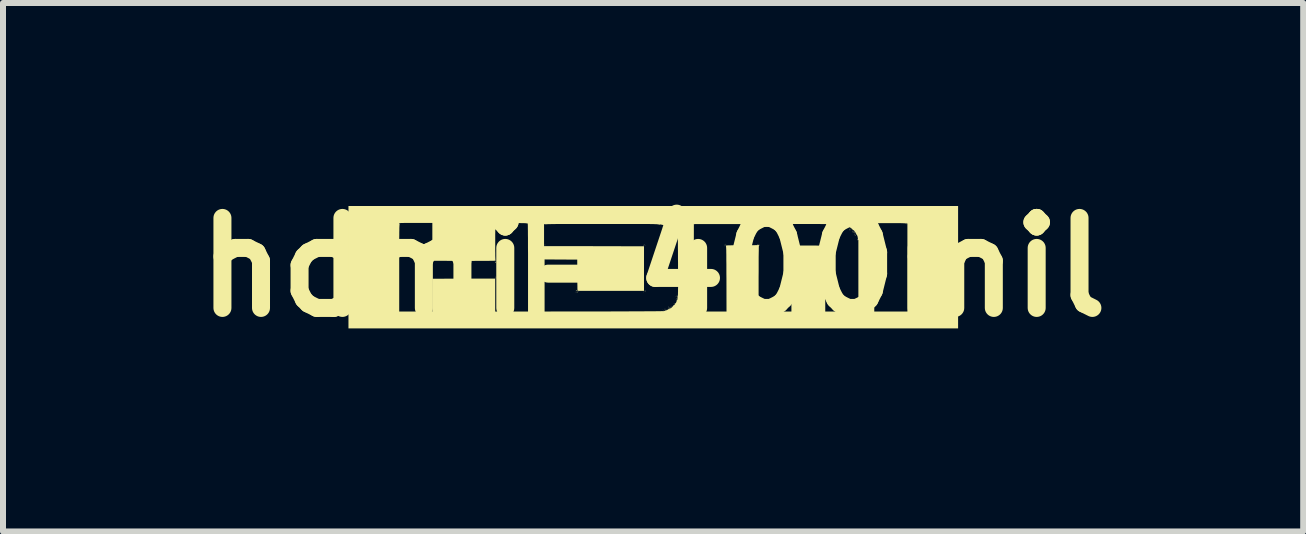
<source format=kicad_pcb>
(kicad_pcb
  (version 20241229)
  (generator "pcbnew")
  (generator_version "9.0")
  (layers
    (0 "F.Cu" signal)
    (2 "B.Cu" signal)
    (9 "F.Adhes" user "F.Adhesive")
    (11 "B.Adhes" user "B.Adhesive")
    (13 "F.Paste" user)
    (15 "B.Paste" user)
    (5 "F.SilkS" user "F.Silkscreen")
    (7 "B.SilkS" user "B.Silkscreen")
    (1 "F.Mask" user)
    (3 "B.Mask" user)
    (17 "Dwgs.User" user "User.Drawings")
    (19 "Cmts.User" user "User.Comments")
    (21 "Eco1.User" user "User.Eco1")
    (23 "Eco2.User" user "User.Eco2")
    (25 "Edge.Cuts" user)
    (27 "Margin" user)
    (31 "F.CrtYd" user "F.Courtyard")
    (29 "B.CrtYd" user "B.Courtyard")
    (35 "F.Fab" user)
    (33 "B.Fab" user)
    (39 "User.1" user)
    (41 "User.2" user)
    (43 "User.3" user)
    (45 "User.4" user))
  (footprint "hdmi-400mil"
    (layer "F.Cu")
    (at 7.836 1.404)
    (property "Reference" "hdmi-400mil" (at 0 0 0) (layer "F.SilkS") (effects (font (size 1.5 1.5) (thickness 0.3))))
    (attr board_only exclude_from_pos_files exclude_from_bom)
    (fp_poly (pts (xy -4.221 -0.73) (xy -4.224 -0.727) (xy -4.227 -0.73) (xy -4.224 -0.733)) (stroke (width 0) (type solid)) (fill yes) (layer "F.SilkS"))
    (fp_poly (pts (xy -2.626 0.155) (xy -2.629 0.158) (xy -2.632 0.155) (xy -2.629 0.152)) (stroke (width 0) (type solid)) (fill yes) (layer "F.SilkS"))
    (fp_poly (pts (xy -2.615 0.166) (xy -2.618 0.169) (xy -2.621 0.166) (xy -2.618 0.163)) (stroke (width 0) (type solid)) (fill yes) (layer "F.SilkS"))
    (fp_poly (pts (xy -2.609 -0.719) (xy -2.612 -0.716) (xy -2.615 -0.719) (xy -2.612 -0.721)) (stroke (width 0) (type solid)) (fill yes) (layer "F.SilkS"))
    (fp_poly (pts (xy -2.604 0.161) (xy -2.607 0.163) (xy -2.609 0.161) (xy -2.607 0.158)) (stroke (width 0) (type solid)) (fill yes) (layer "F.SilkS"))
    (fp_poly (pts (xy -2.604 0.189) (xy -2.607 0.192) (xy -2.609 0.189) (xy -2.607 0.186)) (stroke (width 0) (type solid)) (fill yes) (layer "F.SilkS"))
    (fp_poly (pts (xy -1.809 -0.713) (xy -1.812 -0.71) (xy -1.815 -0.713) (xy -1.812 -0.716)) (stroke (width 0) (type solid)) (fill yes) (layer "F.SilkS"))
    (fp_poly (pts (xy -1.809 -0.358) (xy -1.812 -0.355) (xy -1.815 -0.358) (xy -1.812 -0.361)) (stroke (width 0) (type solid)) (fill yes) (layer "F.SilkS"))
    (fp_poly (pts (xy -1.803 -0.375) (xy -1.806 -0.372) (xy -1.809 -0.375) (xy -1.806 -0.378)) (stroke (width 0) (type solid)) (fill yes) (layer "F.SilkS"))
    (fp_poly (pts (xy -1.798 -0.364) (xy -1.801 -0.361) (xy -1.803 -0.364) (xy -1.801 -0.366)) (stroke (width 0) (type solid)) (fill yes) (layer "F.SilkS"))
    (fp_poly (pts (xy -1.798 -0.121) (xy -1.801 -0.118) (xy -1.803 -0.121) (xy -1.801 -0.124)) (stroke (width 0) (type solid)) (fill yes) (layer "F.SilkS"))
    (fp_poly (pts (xy -1.792 -0.38) (xy -1.795 -0.378) (xy -1.798 -0.38) (xy -1.795 -0.383)) (stroke (width 0) (type solid)) (fill yes) (layer "F.SilkS"))
    (fp_poly (pts (xy -1.274 0.409) (xy -1.276 0.411) (xy -1.279 0.409) (xy -1.276 0.406)) (stroke (width 0) (type solid)) (fill yes) (layer "F.SilkS"))
    (fp_poly (pts (xy -0.158 0.42) (xy -0.161 0.423) (xy -0.163 0.42) (xy -0.161 0.417)) (stroke (width 0) (type solid)) (fill yes) (layer "F.SilkS"))
    (fp_poly (pts (xy -0.152 0.409) (xy -0.155 0.411) (xy -0.158 0.409) (xy -0.155 0.406)) (stroke (width 0) (type solid)) (fill yes) (layer "F.SilkS"))
    (fp_poly (pts (xy -0.141 -0.364) (xy -0.144 -0.361) (xy -0.147 -0.364) (xy -0.144 -0.366)) (stroke (width 0) (type solid)) (fill yes) (layer "F.SilkS"))
    (fp_poly (pts (xy -0.141 0.386) (xy -0.144 0.389) (xy -0.147 0.386) (xy -0.144 0.383)) (stroke (width 0) (type solid)) (fill yes) (layer "F.SilkS"))
    (fp_poly (pts (xy -0.135 -0.375) (xy -0.138 -0.372) (xy -0.141 -0.375) (xy -0.138 -0.378)) (stroke (width 0) (type solid)) (fill yes) (layer "F.SilkS"))
    (fp_poly (pts (xy -0.135 0.403) (xy -0.138 0.406) (xy -0.141 0.403) (xy -0.138 0.4)) (stroke (width 0) (type solid)) (fill yes) (layer "F.SilkS"))
    (fp_poly (pts (xy 0.073 -0.713) (xy 0.07 -0.71) (xy 0.068 -0.713) (xy 0.07 -0.716)) (stroke (width 0) (type solid)) (fill yes) (layer "F.SilkS"))
    (fp_poly (pts (xy 0.085 -0.707) (xy 0.082 -0.704) (xy 0.079 -0.707) (xy 0.082 -0.71)) (stroke (width 0) (type solid)) (fill yes) (layer "F.SilkS"))
    (fp_poly (pts (xy 0.163 -0.685) (xy 0.161 -0.682) (xy 0.158 -0.685) (xy 0.161 -0.688)) (stroke (width 0) (type solid)) (fill yes) (layer "F.SilkS"))
    (fp_poly (pts (xy 0.163 -0.662) (xy 0.161 -0.659) (xy 0.158 -0.662) (xy 0.161 -0.665)) (stroke (width 0) (type solid)) (fill yes) (layer "F.SilkS"))
    (fp_poly (pts (xy 0.163 0.702) (xy 0.161 0.704) (xy 0.158 0.702) (xy 0.161 0.699)) (stroke (width 0) (type solid)) (fill yes) (layer "F.SilkS"))
    (fp_poly (pts (xy 0.175 -0.662) (xy 0.172 -0.659) (xy 0.169 -0.662) (xy 0.172 -0.665)) (stroke (width 0) (type solid)) (fill yes) (layer "F.SilkS"))
    (fp_poly (pts (xy 0.186 0.707) (xy 0.183 0.71) (xy 0.18 0.707) (xy 0.183 0.704)) (stroke (width 0) (type solid)) (fill yes) (layer "F.SilkS"))
    (fp_poly (pts (xy 0.192 0.696) (xy 0.189 0.699) (xy 0.186 0.696) (xy 0.189 0.693)) (stroke (width 0) (type solid)) (fill yes) (layer "F.SilkS"))
    (fp_poly (pts (xy 0.209 -0.679) (xy 0.206 -0.676) (xy 0.203 -0.679) (xy 0.206 -0.682)) (stroke (width 0) (type solid)) (fill yes) (layer "F.SilkS"))
    (fp_poly (pts (xy 0.209 0.707) (xy 0.206 0.71) (xy 0.203 0.707) (xy 0.206 0.704)) (stroke (width 0) (type solid)) (fill yes) (layer "F.SilkS"))
    (fp_poly (pts (xy 0.214 0.696) (xy 0.211 0.699) (xy 0.209 0.696) (xy 0.211 0.693)) (stroke (width 0) (type solid)) (fill yes) (layer "F.SilkS"))
    (fp_poly (pts (xy 0.22 0.707) (xy 0.217 0.71) (xy 0.214 0.707) (xy 0.217 0.704)) (stroke (width 0) (type solid)) (fill yes) (layer "F.SilkS"))
    (fp_poly (pts (xy 0.231 -0.679) (xy 0.228 -0.676) (xy 0.225 -0.679) (xy 0.228 -0.682)) (stroke (width 0) (type solid)) (fill yes) (layer "F.SilkS"))
    (fp_poly (pts (xy 0.287 0.662) (xy 0.285 0.665) (xy 0.282 0.662) (xy 0.285 0.659)) (stroke (width 0) (type solid)) (fill yes) (layer "F.SilkS"))
    (fp_poly (pts (xy 0.304 0.651) (xy 0.302 0.654) (xy 0.299 0.651) (xy 0.302 0.648)) (stroke (width 0) (type solid)) (fill yes) (layer "F.SilkS"))
    (fp_poly (pts (xy 0.31 0.662) (xy 0.307 0.665) (xy 0.304 0.662) (xy 0.307 0.659)) (stroke (width 0) (type solid)) (fill yes) (layer "F.SilkS"))
    (fp_poly (pts (xy 0.338 -0.578) (xy 0.335 -0.575) (xy 0.333 -0.578) (xy 0.335 -0.58)) (stroke (width 0) (type solid)) (fill yes) (layer "F.SilkS"))
    (fp_poly (pts (xy 0.383 -0.442) (xy 0.38 -0.44) (xy 0.378 -0.442) (xy 0.38 -0.445)) (stroke (width 0) (type solid)) (fill yes) (layer "F.SilkS"))
    (fp_poly (pts (xy 0.383 0.482) (xy 0.38 0.485) (xy 0.378 0.482) (xy 0.38 0.479)) (stroke (width 0) (type solid)) (fill yes) (layer "F.SilkS"))
    (fp_poly (pts (xy 0.389 -0.476) (xy 0.386 -0.473) (xy 0.383 -0.476) (xy 0.386 -0.479)) (stroke (width 0) (type solid)) (fill yes) (layer "F.SilkS"))
    (fp_poly (pts (xy 0.394 -0.504) (xy 0.392 -0.502) (xy 0.389 -0.504) (xy 0.392 -0.507)) (stroke (width 0) (type solid)) (fill yes) (layer "F.SilkS"))
    (fp_poly (pts (xy 0.394 0.476) (xy 0.392 0.479) (xy 0.389 0.476) (xy 0.392 0.473)) (stroke (width 0) (type solid)) (fill yes) (layer "F.SilkS"))
    (fp_poly (pts (xy 0.394 0.516) (xy 0.392 0.518) (xy 0.389 0.516) (xy 0.392 0.513)) (stroke (width 0) (type solid)) (fill yes) (layer "F.SilkS"))
    (fp_poly (pts (xy 0.394 0.538) (xy 0.392 0.541) (xy 0.389 0.538) (xy 0.392 0.535)) (stroke (width 0) (type solid)) (fill yes) (layer "F.SilkS"))
    (fp_poly (pts (xy 0.4 0.527) (xy 0.397 0.53) (xy 0.394 0.527) (xy 0.397 0.524)) (stroke (width 0) (type solid)) (fill yes) (layer "F.SilkS"))
    (fp_poly (pts (xy 1.195 -0.38) (xy 1.192 -0.378) (xy 1.189 -0.38) (xy 1.192 -0.383)) (stroke (width 0) (type solid)) (fill yes) (layer "F.SilkS"))
    (fp_poly (pts (xy 1.206 -0.386) (xy 1.203 -0.383) (xy 1.2 -0.386) (xy 1.203 -0.389)) (stroke (width 0) (type solid)) (fill yes) (layer "F.SilkS"))
    (fp_poly (pts (xy 1.206 -0.375) (xy 1.203 -0.372) (xy 1.2 -0.375) (xy 1.203 -0.378)) (stroke (width 0) (type solid)) (fill yes) (layer "F.SilkS"))
    (fp_poly (pts (xy 1.217 -0.38) (xy 1.214 -0.378) (xy 1.212 -0.38) (xy 1.214 -0.383)) (stroke (width 0) (type solid)) (fill yes) (layer "F.SilkS"))
    (fp_poly (pts (xy 2.277 -0.358) (xy 2.274 -0.355) (xy 2.271 -0.358) (xy 2.274 -0.361)) (stroke (width 0) (type solid)) (fill yes) (layer "F.SilkS"))
    (fp_poly (pts (xy 2.288 -0.386) (xy 2.285 -0.383) (xy 2.282 -0.386) (xy 2.285 -0.389)) (stroke (width 0) (type solid)) (fill yes) (layer "F.SilkS"))
    (fp_poly (pts (xy 2.863 -0.38) (xy 2.86 -0.378) (xy 2.857 -0.38) (xy 2.86 -0.383)) (stroke (width 0) (type solid)) (fill yes) (layer "F.SilkS"))
    (fp_poly (pts (xy 2.863 -0.369) (xy 2.86 -0.366) (xy 2.857 -0.369) (xy 2.86 -0.372)) (stroke (width 0) (type solid)) (fill yes) (layer "F.SilkS"))
    (fp_poly (pts (xy 2.874 -0.375) (xy 2.871 -0.372) (xy 2.869 -0.375) (xy 2.871 -0.378)) (stroke (width 0) (type solid)) (fill yes) (layer "F.SilkS"))
    (fp_poly (pts (xy 2.88 -0.358) (xy 2.877 -0.355) (xy 2.874 -0.358) (xy 2.877 -0.361)) (stroke (width 0) (type solid)) (fill yes) (layer "F.SilkS"))
    (fp_poly (pts (xy 2.885 -0.386) (xy 2.883 -0.383) (xy 2.88 -0.386) (xy 2.883 -0.389)) (stroke (width 0) (type solid)) (fill yes) (layer "F.SilkS"))
    (fp_poly (pts (xy 3.184 -0.69) (xy 3.181 -0.688) (xy 3.179 -0.69) (xy 3.181 -0.693)) (stroke (width 0) (type solid)) (fill yes) (layer "F.SilkS"))
    (fp_poly (pts (xy 3.19 -0.679) (xy 3.187 -0.676) (xy 3.184 -0.679) (xy 3.187 -0.682)) (stroke (width 0) (type solid)) (fill yes) (layer "F.SilkS"))
    (fp_poly (pts (xy 3.218 -0.668) (xy 3.215 -0.665) (xy 3.212 -0.668) (xy 3.215 -0.671)) (stroke (width 0) (type solid)) (fill yes) (layer "F.SilkS"))
    (fp_poly (pts (xy 3.229 -0.668) (xy 3.226 -0.665) (xy 3.224 -0.668) (xy 3.226 -0.671)) (stroke (width 0) (type solid)) (fill yes) (layer "F.SilkS"))
    (fp_poly (pts (xy 3.257 -0.668) (xy 3.255 -0.665) (xy 3.252 -0.668) (xy 3.255 -0.671)) (stroke (width 0) (type solid)) (fill yes) (layer "F.SilkS"))
    (fp_poly (pts (xy 3.269 -0.645) (xy 3.266 -0.642) (xy 3.263 -0.645) (xy 3.266 -0.648)) (stroke (width 0) (type solid)) (fill yes) (layer "F.SilkS"))
    (fp_poly (pts (xy 3.286 -0.657) (xy 3.283 -0.654) (xy 3.28 -0.657) (xy 3.283 -0.659)) (stroke (width 0) (type solid)) (fill yes) (layer "F.SilkS"))
    (fp_poly (pts (xy 3.291 -0.64) (xy 3.288 -0.637) (xy 3.286 -0.64) (xy 3.288 -0.642)) (stroke (width 0) (type solid)) (fill yes) (layer "F.SilkS"))
    (fp_poly (pts (xy 3.297 -0.623) (xy 3.294 -0.62) (xy 3.291 -0.623) (xy 3.294 -0.626)) (stroke (width 0) (type solid)) (fill yes) (layer "F.SilkS"))
    (fp_poly (pts (xy 3.308 -0.628) (xy 3.305 -0.626) (xy 3.303 -0.628) (xy 3.305 -0.631)) (stroke (width 0) (type solid)) (fill yes) (layer "F.SilkS"))
    (fp_poly (pts (xy 3.319 -0.628) (xy 3.317 -0.626) (xy 3.314 -0.628) (xy 3.317 -0.631)) (stroke (width 0) (type solid)) (fill yes) (layer "F.SilkS"))
    (fp_poly (pts (xy 3.319 -0.589) (xy 3.317 -0.586) (xy 3.314 -0.589) (xy 3.317 -0.592)) (stroke (width 0) (type solid)) (fill yes) (layer "F.SilkS"))
    (fp_poly (pts (xy 3.331 -0.589) (xy 3.328 -0.586) (xy 3.325 -0.589) (xy 3.328 -0.592)) (stroke (width 0) (type solid)) (fill yes) (layer "F.SilkS"))
    (fp_poly (pts (xy 3.331 -0.578) (xy 3.328 -0.575) (xy 3.325 -0.578) (xy 3.328 -0.58)) (stroke (width 0) (type solid)) (fill yes) (layer "F.SilkS"))
    (fp_poly (pts (xy 3.404 -0.493) (xy 3.401 -0.49) (xy 3.398 -0.493) (xy 3.401 -0.496)) (stroke (width 0) (type solid)) (fill yes) (layer "F.SilkS"))
    (fp_poly (pts (xy 3.404 -0.482) (xy 3.401 -0.479) (xy 3.398 -0.482) (xy 3.401 -0.485)) (stroke (width 0) (type solid)) (fill yes) (layer "F.SilkS"))
    (fp_poly (pts (xy 3.41 -0.454) (xy 3.407 -0.451) (xy 3.404 -0.454) (xy 3.407 -0.456)) (stroke (width 0) (type solid)) (fill yes) (layer "F.SilkS"))
    (fp_poly (pts (xy 3.41 -0.442) (xy 3.407 -0.44) (xy 3.404 -0.442) (xy 3.407 -0.445)) (stroke (width 0) (type solid)) (fill yes) (layer "F.SilkS"))
    (fp_poly (pts (xy 3.703 -0.707) (xy 3.7 -0.704) (xy 3.697 -0.707) (xy 3.7 -0.71)) (stroke (width 0) (type solid)) (fill yes) (layer "F.SilkS"))
    (fp_poly (pts (xy 4.227 -0.707) (xy 4.224 -0.704) (xy 4.221 -0.707) (xy 4.224 -0.71)) (stroke (width 0) (type solid)) (fill yes) (layer "F.SilkS"))
    (fp_poly (pts (xy -2.628 0.171) (xy -2.627 0.178) (xy -2.628 0.178) (xy -2.631 0.178) (xy -2.632 0.175) (xy -2.63 0.17)) (stroke (width 0) (type solid)) (fill yes) (layer "F.SilkS"))
    (fp_poly (pts (xy -0.126 -0.364) (xy -0.127 -0.361) (xy -0.13 -0.361) (xy -0.134 -0.363) (xy -0.133 -0.364) (xy -0.127 -0.365)) (stroke (width 0) (type solid)) (fill yes) (layer "F.SilkS"))
    (fp_poly (pts (xy 0.212 -0.669) (xy 0.212 -0.665) (xy 0.209 -0.665) (xy 0.204 -0.667) (xy 0.205 -0.669) (xy 0.211 -0.669)) (stroke (width 0) (type solid)) (fill yes) (layer "F.SilkS"))
    (fp_poly (pts (xy 0.387 0.492) (xy 0.386 0.496) (xy 0.383 0.496) (xy 0.379 0.494) (xy 0.379 0.492) (xy 0.386 0.492)) (stroke (width 0) (type solid)) (fill yes) (layer "F.SilkS"))
    (fp_poly (pts (xy 0.686 -0.714) (xy 0.686 -0.707) (xy 0.686 -0.706) (xy 0.682 -0.707) (xy 0.682 -0.71) (xy 0.684 -0.715)) (stroke (width 0) (type solid)) (fill yes) (layer "F.SilkS"))
    (fp_poly (pts (xy 3.188 -0.669) (xy 3.189 -0.662) (xy 3.188 -0.661) (xy 3.185 -0.662) (xy 3.184 -0.665) (xy 3.186 -0.67)) (stroke (width 0) (type solid)) (fill yes) (layer "F.SilkS"))
    (fp_poly (pts (xy 3.301 -0.646) (xy 3.301 -0.64) (xy 3.301 -0.639) (xy 3.297 -0.639) (xy 3.297 -0.642) (xy 3.299 -0.647)) (stroke (width 0) (type solid)) (fill yes) (layer "F.SilkS"))
    (fp_poly (pts (xy -2.621 0.188) (xy -2.615 0.194) (xy -2.617 0.197) (xy -2.617 0.197) (xy -2.622 0.193) (xy -2.624 0.191) (xy -2.625 0.187)) (stroke (width 0) (type solid)) (fill yes) (layer "F.SilkS"))
    (fp_poly (pts (xy -2.605 -0.11) (xy -2.599 -0.105) (xy -2.6 -0.101) (xy -2.601 -0.101) (xy -2.605 -0.105) (xy -2.607 -0.108) (xy -2.608 -0.112)) (stroke (width 0) (type solid)) (fill yes) (layer "F.SilkS"))
    (fp_poly (pts (xy -2.605 0.171) (xy -2.599 0.177) (xy -2.6 0.18) (xy -2.601 0.18) (xy -2.605 0.176) (xy -2.607 0.174) (xy -2.608 0.17)) (stroke (width 0) (type solid)) (fill yes) (layer "F.SilkS"))
    (fp_poly (pts (xy -1.286 0.414) (xy -1.28 0.419) (xy -1.281 0.423) (xy -1.282 0.423) (xy -1.287 0.419) (xy -1.288 0.416) (xy -1.289 0.412)) (stroke (width 0) (type solid)) (fill yes) (layer "F.SilkS"))
    (fp_poly (pts (xy 0.174 -0.694) (xy 0.176 -0.688) (xy 0.178 -0.678) (xy 0.175 -0.678) (xy 0.171 -0.685) (xy 0.17 -0.694) (xy 0.17 -0.696)) (stroke (width 0) (type solid)) (fill yes) (layer "F.SilkS"))
    (fp_poly (pts (xy 0.339 -0.605) (xy 0.341 -0.599) (xy 0.341 -0.597) (xy 0.336 -0.592) (xy 0.334 -0.598) (xy 0.334 -0.6) (xy 0.337 -0.606)) (stroke (width 0) (type solid)) (fill yes) (layer "F.SilkS"))
    (fp_poly (pts (xy 0.349 0.605) (xy 0.355 0.611) (xy 0.355 0.612) (xy 0.352 0.614) (xy 0.347 0.609) (xy 0.346 0.608) (xy 0.345 0.604)) (stroke (width 0) (type solid)) (fill yes) (layer "F.SilkS"))
    (fp_poly (pts (xy 1.194 -0.358) (xy 1.2 -0.353) (xy 1.2 -0.352) (xy 1.198 -0.35) (xy 1.192 -0.355) (xy 1.191 -0.356) (xy 1.191 -0.36)) (stroke (width 0) (type solid)) (fill yes) (layer "F.SilkS"))
    (fp_poly (pts (xy 1.739 -0.384) (xy 1.74 -0.38) (xy 1.738 -0.373) (xy 1.734 -0.376) (xy 1.733 -0.377) (xy 1.733 -0.384) (xy 1.735 -0.385)) (stroke (width 0) (type solid)) (fill yes) (layer "F.SilkS"))
    (fp_poly (pts (xy 2.298 -0.387) (xy 2.304 -0.381) (xy 2.305 -0.38) (xy 2.302 -0.378) (xy 2.297 -0.383) (xy 2.296 -0.384) (xy 2.295 -0.388)) (stroke (width 0) (type solid)) (fill yes) (layer "F.SilkS"))
    (fp_poly (pts (xy 2.896 -0.358) (xy 2.902 -0.353) (xy 2.902 -0.352) (xy 2.9 -0.35) (xy 2.894 -0.355) (xy 2.893 -0.356) (xy 2.893 -0.36)) (stroke (width 0) (type solid)) (fill yes) (layer "F.SilkS"))
    (fp_poly (pts (xy 3.319 -0.606) (xy 3.325 -0.601) (xy 3.325 -0.6) (xy 3.322 -0.598) (xy 3.317 -0.603) (xy 3.316 -0.604) (xy 3.315 -0.608)) (stroke (width 0) (type solid)) (fill yes) (layer "F.SilkS"))
    (fp_poly (pts (xy 3.335 -0.601) (xy 3.341 -0.595) (xy 3.342 -0.594) (xy 3.339 -0.592) (xy 3.334 -0.597) (xy 3.333 -0.598) (xy 3.332 -0.602)) (stroke (width 0) (type solid)) (fill yes) (layer "F.SilkS"))
    (fp_poly (pts (xy 3.341 -0.584) (xy 3.347 -0.579) (xy 3.348 -0.577) (xy 3.345 -0.575) (xy 3.339 -0.58) (xy 3.339 -0.581) (xy 3.338 -0.585)) (stroke (width 0) (type solid)) (fill yes) (layer "F.SilkS"))
    (fp_poly (pts (xy -1.272 0.384) (xy -1.276 0.389) (xy -1.286 0.398) (xy -1.289 0.399) (xy -1.287 0.392) (xy -1.28 0.383) (xy -1.275 0.381) (xy -1.27 0.379)) (stroke (width 0) (type solid)) (fill yes) (layer "F.SilkS"))
    (fp_poly (pts (xy -1.249 0.408) (xy -1.257 0.417) (xy -1.261 0.42) (xy -1.266 0.421) (xy -1.264 0.416) (xy -1.26 0.412) (xy -1.25 0.402) (xy -1.247 0.401)) (stroke (width 0) (type solid)) (fill yes) (layer "F.SilkS"))
    (fp_poly (pts (xy -0.148 -0.375) (xy -0.151 -0.371) (xy -0.16 -0.362) (xy -0.163 -0.362) (xy -0.163 -0.363) (xy -0.16 -0.368) (xy -0.154 -0.373) (xy -0.147 -0.378)) (stroke (width 0) (type solid)) (fill yes) (layer "F.SilkS"))
    (fp_poly (pts (xy -0.126 0.381) (xy -0.127 0.383) (xy -0.132 0.389) (xy -0.133 0.389) (xy -0.133 0.385) (xy -0.132 0.383) (xy -0.127 0.378) (xy -0.126 0.378)) (stroke (width 0) (type solid)) (fill yes) (layer "F.SilkS"))
    (fp_poly (pts (xy -0.12 0.398) (xy -0.121 0.4) (xy -0.126 0.406) (xy -0.127 0.406) (xy -0.128 0.402) (xy -0.127 0.4) (xy -0.121 0.395) (xy -0.121 0.394)) (stroke (width 0) (type solid)) (fill yes) (layer "F.SilkS"))
    (fp_poly (pts (xy 0.184 0.719) (xy 0.183 0.721) (xy 0.178 0.727) (xy 0.177 0.727) (xy 0.176 0.723) (xy 0.178 0.721) (xy 0.183 0.716) (xy 0.184 0.716)) (stroke (width 0) (type solid)) (fill yes) (layer "F.SilkS"))
    (fp_poly (pts (xy 0.263 0.657) (xy 0.26 0.661) (xy 0.252 0.67) (xy 0.248 0.67) (xy 0.248 0.669) (xy 0.252 0.664) (xy 0.258 0.659) (xy 0.265 0.654)) (stroke (width 0) (type solid)) (fill yes) (layer "F.SilkS"))
    (fp_poly (pts (xy 0.301 -0.638) (xy 0.301 -0.636) (xy 0.296 -0.631) (xy 0.296 -0.631) (xy 0.291 -0.635) (xy 0.291 -0.636) (xy 0.292 -0.64) (xy 0.296 -0.641)) (stroke (width 0) (type solid)) (fill yes) (layer "F.SilkS"))
    (fp_poly (pts (xy 0.353 -0.594) (xy 0.352 -0.592) (xy 0.347 -0.586) (xy 0.346 -0.586) (xy 0.346 -0.59) (xy 0.347 -0.592) (xy 0.352 -0.597) (xy 0.353 -0.597)) (stroke (width 0) (type solid)) (fill yes) (layer "F.SilkS"))
    (fp_poly (pts (xy 0.387 -0.498) (xy 0.394 -0.494) (xy 0.394 -0.493) (xy 0.39 -0.49) (xy 0.387 -0.489) (xy 0.38 -0.49) (xy 0.379 -0.493) (xy 0.383 -0.498)) (stroke (width 0) (type solid)) (fill yes) (layer "F.SilkS"))
    (fp_poly (pts (xy 0.387 0.528) (xy 0.386 0.53) (xy 0.381 0.535) (xy 0.38 0.535) (xy 0.379 0.532) (xy 0.38 0.53) (xy 0.386 0.524) (xy 0.387 0.524)) (stroke (width 0) (type solid)) (fill yes) (layer "F.SilkS"))
    (fp_poly (pts (xy 1.762 -0.385) (xy 1.761 -0.383) (xy 1.756 -0.378) (xy 1.755 -0.378) (xy 1.754 -0.381) (xy 1.756 -0.383) (xy 1.761 -0.389) (xy 1.762 -0.389)) (stroke (width 0) (type solid)) (fill yes) (layer "F.SilkS"))
    (fp_poly (pts (xy 2.885 -0.375) (xy 2.891 -0.37) (xy 2.891 -0.369) (xy 2.887 -0.366) (xy 2.885 -0.366) (xy 2.88 -0.371) (xy 2.88 -0.372) (xy 2.883 -0.376)) (stroke (width 0) (type solid)) (fill yes) (layer "F.SilkS"))
    (fp_poly (pts (xy 3.283 -0.625) (xy 3.284 -0.622) (xy 3.283 -0.615) (xy 3.283 -0.614) (xy 3.278 -0.618) (xy 3.275 -0.622) (xy 3.272 -0.628) (xy 3.276 -0.629)) (stroke (width 0) (type solid)) (fill yes) (layer "F.SilkS"))
    (fp_poly (pts (xy 3.363 -0.543) (xy 3.362 -0.541) (xy 3.356 -0.536) (xy 3.355 -0.535) (xy 3.355 -0.539) (xy 3.356 -0.541) (xy 3.361 -0.546) (xy 3.362 -0.547)) (stroke (width 0) (type solid)) (fill yes) (layer "F.SilkS"))
    (fp_poly (pts (xy 3.368 -0.56) (xy 3.367 -0.558) (xy 3.362 -0.553) (xy 3.361 -0.552) (xy 3.361 -0.556) (xy 3.362 -0.558) (xy 3.367 -0.563) (xy 3.368 -0.564)) (stroke (width 0) (type solid)) (fill yes) (layer "F.SilkS"))
    (fp_poly (pts (xy 3.379 -0.533) (xy 3.379 -0.531) (xy 3.371 -0.527) (xy 3.367 -0.526) (xy 3.361 -0.527) (xy 3.361 -0.528) (xy 3.369 -0.532) (xy 3.374 -0.533)) (stroke (width 0) (type solid)) (fill yes) (layer "F.SilkS"))
    (fp_poly (pts (xy 0.287 0.672) (xy 0.287 0.676) (xy 0.279 0.683) (xy 0.278 0.684) (xy 0.269 0.69) (xy 0.265 0.69) (xy 0.265 0.69) (xy 0.269 0.683) (xy 0.277 0.675) (xy 0.286 0.671)) (stroke (width 0) (type solid)) (fill yes) (layer "F.SilkS"))
    (fp_poly (pts (xy 0.403 -0.467) (xy 0.405 -0.462) (xy 0.403 -0.463) (xy 0.395 -0.464) (xy 0.391 -0.461) (xy 0.384 -0.457) (xy 0.383 -0.458) (xy 0.387 -0.463) (xy 0.391 -0.467) (xy 0.399 -0.471)) (stroke (width 0) (type solid)) (fill yes) (layer "F.SilkS"))
    (fp_poly (pts (xy -2.631 -0.089) (xy -2.624 -0.082) (xy -2.619 -0.082) (xy -2.616 -0.083) (xy -2.617 -0.08) (xy -2.622 -0.074) (xy -2.627 -0.076) (xy -2.631 -0.08) (xy -2.637 -0.089) (xy -2.637 -0.093) (xy -2.635 -0.094)) (stroke (width 0) (type solid)) (fill yes) (layer "F.SilkS"))
    (fp_poly (pts (xy 5.083 0) (xy 5.083 1.02) (xy 0.003 1.02) (xy -5.078 1.02) (xy -5.078 0.738) (xy -4.232 0.738) (xy -3.956 0.738) (xy -3.68 0.738) (xy -3.68 0.465) (xy -3.68 0.192) (xy -3.156 0.19) (xy -2.632 0.189) (xy -2.632 0.464) (xy -2.632 0.738) (xy -2.359 0.738) (xy -2.085 0.738) (xy -2.085 0) (xy -2.085 -0.118) (xy -2.085 -0.225) (xy -2.086 -0.322) (xy -2.086 -0.352) (xy -1.818 -0.352) (xy -0.985 -0.351) (xy -0.152 -0.349) (xy -0.152 0.023) (xy -0.152 0.394) (xy -0.704 0.394) (xy -0.782 0.394) (xy -0.857 0.394) (xy -0.928 0.394) (xy -0.994 0.394) (xy -1.054 0.394) (xy -1.108 0.394) (xy -1.156 0.394) (xy -1.195 0.394) (xy -1.226 0.394) (xy -1.247 0.393) (xy -1.258 0.393) (xy -1.26 0.393) (xy -1.26 0.387) (xy -1.261 0.371) (xy -1.262 0.347) (xy -1.262 0.314) (xy -1.263 0.274) (xy -1.263 0.229) (xy -1.264 0.179) (xy -1.264 0.132) (xy -1.265 -0.127) (xy -1.537 -0.128) (xy -1.809 -0.13) (xy -1.809 0.304) (xy -1.809 0.738) (xy -1.771 0.738) (xy 0.676 0.738) (xy 0.95 0.738) (xy 1.223 0.738) (xy 1.222 0.19) (xy 1.221 0.099) (xy 1.221 0.018) (xy 1.221 -0.053) (xy 1.22 -0.115) (xy 1.22 -0.168) (xy 1.22 -0.212) (xy 1.219 -0.25) (xy 1.219 -0.28) (xy 1.218 -0.304) (xy 1.217 -0.323) (xy 1.216 -0.337) (xy 1.215 -0.347) (xy 1.214 -0.353) (xy 1.213 -0.355) (xy 1.212 -0.356) (xy 1.206 -0.356) (xy 1.209 -0.36) (xy 1.215 -0.362) (xy 1.218 -0.362) (xy 1.22 -0.361) (xy 1.222 -0.363) (xy 1.229 -0.363) (xy 1.252 -0.365) (xy 1.284 -0.365) (xy 1.326 -0.366) (xy 1.378 -0.366) (xy 1.44 -0.366) (xy 1.485 -0.366) (xy 1.557 -0.366) (xy 1.617 -0.367) (xy 1.667 -0.367) (xy 1.706 -0.368) (xy 1.735 -0.369) (xy 1.753 -0.37) (xy 1.761 -0.372) (xy 1.761 -0.372) (xy 1.769 -0.374) (xy 1.775 -0.37) (xy 1.774 -0.363) (xy 1.773 -0.362) (xy 1.77 -0.363) (xy 1.77 -0.366) (xy 1.766 -0.37) (xy 1.764 -0.369) (xy 1.763 -0.363) (xy 1.762 -0.346) (xy 1.761 -0.318) (xy 1.761 -0.279) (xy 1.76 -0.23) (xy 1.759 -0.171) (xy 1.759 -0.102) (xy 1.759 -0.023) (xy 1.759 0.065) (xy 1.758 0.163) (xy 1.758 0.186) (xy 1.758 0.738) (xy 2.032 0.738) (xy 2.305 0.738) (xy 2.304 0.193) (xy 2.303 0.103) (xy 2.303 0.023) (xy 2.303 -0.047) (xy 2.303 -0.108) (xy 2.302 -0.16) (xy 2.302 -0.204) (xy 2.302 -0.241) (xy 2.301 -0.271) (xy 2.301 -0.295) (xy 2.3 -0.313) (xy 2.299 -0.328) (xy 2.298 -0.338) (xy 2.297 -0.344) (xy 2.296 -0.348) (xy 2.294 -0.35) (xy 2.293 -0.351) (xy 2.291 -0.351) (xy 2.284 -0.351) (xy 2.286 -0.353) (xy 2.291 -0.362) (xy 2.291 -0.368) (xy 2.292 -0.374) (xy 2.294 -0.374) (xy 2.297 -0.368) (xy 2.297 -0.366) (xy 2.297 -0.359) (xy 2.299 -0.358) (xy 2.305 -0.357) (xy 2.305 -0.359) (xy 2.31 -0.36) (xy 2.326 -0.361) (xy 2.351 -0.361) (xy 2.384 -0.362) (xy 2.424 -0.362) (xy 2.469 -0.362) (xy 2.52 -0.362) (xy 2.575 -0.362) (xy 2.587 -0.362) (xy 2.869 -0.36) (xy 2.869 0.189) (xy 2.869 0.738) (xy 3.145 0.738) (xy 3.421 0.738) (xy 3.686 0.738) (xy 3.962 0.738) (xy 4.238 0.738) (xy 4.238 0.006) (xy 4.238 -0.726) (xy 4.224 -0.724) (xy 4.214 -0.725) (xy 4.212 -0.729) (xy 4.208 -0.731) (xy 4.197 -0.732) (xy 4.177 -0.733) (xy 4.149 -0.734) (xy 4.111 -0.735) (xy 4.064 -0.735) (xy 4.006 -0.735) (xy 3.962 -0.735) (xy 3.897 -0.735) (xy 3.842 -0.735) (xy 3.798 -0.735) (xy 3.764 -0.734) (xy 3.739 -0.733) (xy 3.722 -0.732) (xy 3.714 -0.73) (xy 3.712 -0.729) (xy 3.708 -0.725) (xy 3.7 -0.724) (xy 3.686 -0.726) (xy 3.686 0.006) (xy 3.686 0.738) (xy 3.421 0.738) (xy 3.421 0.144) (xy 3.421 -0.451) (xy 3.409 -0.463) (xy 3.401 -0.471) (xy 3.402 -0.473) (xy 3.406 -0.471) (xy 3.413 -0.47) (xy 3.415 -0.475) (xy 3.413 -0.488) (xy 3.413 -0.488) (xy 3.407 -0.513) (xy 3.399 -0.533) (xy 3.391 -0.546) (xy 3.383 -0.55) (xy 3.383 -0.55) (xy 3.377 -0.549) (xy 3.38 -0.554) (xy 3.381 -0.555) (xy 3.385 -0.562) (xy 3.382 -0.564) (xy 3.376 -0.568) (xy 3.376 -0.572) (xy 3.372 -0.582) (xy 3.369 -0.584) (xy 3.365 -0.585) (xy 3.366 -0.582) (xy 3.365 -0.577) (xy 3.362 -0.577) (xy 3.357 -0.579) (xy 3.359 -0.586) (xy 3.36 -0.595) (xy 3.353 -0.606) (xy 3.348 -0.611) (xy 3.337 -0.619) (xy 3.329 -0.622) (xy 3.328 -0.621) (xy 3.326 -0.621) (xy 3.327 -0.624) (xy 3.324 -0.63) (xy 3.314 -0.64) (xy 3.296 -0.654) (xy 3.293 -0.656) (xy 3.273 -0.669) (xy 3.26 -0.676) (xy 3.251 -0.677) (xy 3.248 -0.675) (xy 3.242 -0.672) (xy 3.243 -0.677) (xy 3.241 -0.684) (xy 3.231 -0.69) (xy 3.217 -0.696) (xy 3.204 -0.698) (xy 3.196 -0.696) (xy 3.189 -0.697) (xy 3.186 -0.701) (xy 3.186 -0.702) (xy 3.19 -0.702) (xy 3.193 -0.699) (xy 3.195 -0.702) (xy 3.193 -0.704) (xy 3.19 -0.702) (xy 3.186 -0.702) (xy 3.181 -0.709) (xy 3.178 -0.71) (xy 3.175 -0.706) (xy 3.176 -0.703) (xy 3.176 -0.701) (xy 3.169 -0.706) (xy 3.16 -0.712) (xy 3.152 -0.71) (xy 3.151 -0.709) (xy 3.145 -0.704) (xy 3.147 -0.709) (xy 3.147 -0.709) (xy 3.146 -0.715) (xy 3.141 -0.717) (xy 3.119 -0.718) (xy 3.105 -0.718) (xy 3.098 -0.717) (xy 3.096 -0.715) (xy 3.09 -0.713) (xy 3.086 -0.715) (xy 3.08 -0.716) (xy 3.066 -0.717) (xy 3.042 -0.718) (xy 3.009 -0.718) (xy 2.969 -0.719) (xy 3.088 -0.719) (xy 3.091 -0.716) (xy 3.094 -0.719) (xy 3.091 -0.721) (xy 3.088 -0.719) (xy 2.969 -0.719) (xy 2.967 -0.719) (xy 2.915 -0.719) (xy 2.853 -0.719) (xy 2.781 -0.72) (xy 2.699 -0.72) (xy 2.607 -0.72) (xy 2.504 -0.72) (xy 2.391 -0.72) (xy 2.267 -0.72) (xy 2.132 -0.72) (xy 1.986 -0.72) (xy 1.879 -0.72) (xy 0.679 -0.719) (xy 0.678 0.01) (xy 0.676 0.738) (xy -1.771 0.738) (xy -0.827 0.737) (xy -0.722 0.737) (xy -0.621 0.736) (xy -0.522 0.736) (xy -0.428 0.736) (xy -0.338 0.735) (xy -0.254 0.735) (xy -0.175 0.735) (xy -0.103 0.734) (xy -0.037 0.734) (xy 0.02 0.734) (xy 0.07 0.733) (xy 0.111 0.733) (xy 0.142 0.732) (xy 0.164 0.732) (xy 0.175 0.732) (xy 0.176 0.732) (xy 0.192 0.728) (xy 0.204 0.722) (xy 0.206 0.721) (xy 0.215 0.717) (xy 0.22 0.718) (xy 0.225 0.719) (xy 0.225 0.717) (xy 0.23 0.713) (xy 0.235 0.712) (xy 0.243 0.71) (xy 0.244 0.706) (xy 0.246 0.702) (xy 0.248 0.702) (xy 0.251 0.704) (xy 0.254 0.702) (xy 0.251 0.699) (xy 0.248 0.702) (xy 0.246 0.702) (xy 0.247 0.698) (xy 0.252 0.692) (xy 0.258 0.689) (xy 0.257 0.691) (xy 0.256 0.699) (xy 0.261 0.701) (xy 0.27 0.698) (xy 0.274 0.694) (xy 0.283 0.686) (xy 0.288 0.685) (xy 0.294 0.683) (xy 0.305 0.675) (xy 0.317 0.663) (xy 0.328 0.651) (xy 0.336 0.641) (xy 0.338 0.636) (xy 0.34 0.632) (xy 0.342 0.633) (xy 0.348 0.633) (xy 0.356 0.626) (xy 0.362 0.617) (xy 0.364 0.609) (xy 0.363 0.608) (xy 0.362 0.604) (xy 0.365 0.605) (xy 0.371 0.603) (xy 0.379 0.594) (xy 0.386 0.581) (xy 0.391 0.567) (xy 0.393 0.556) (xy 0.392 0.554) (xy 0.392 0.549) (xy 0.394 0.549) (xy 0.399 0.548) (xy 0.404 0.539) (xy 0.407 0.527) (xy 0.406 0.517) (xy 0.404 0.513) (xy 0.401 0.508) (xy 0.403 0.509) (xy 0.408 0.507) (xy 0.41 0.501) (xy 0.409 0.493) (xy 0.404 0.495) (xy 0.401 0.497) (xy 0.398 0.498) (xy 0.402 0.492) (xy 0.406 0.488) (xy 0.413 0.479) (xy 0.413 0.476) (xy 0.411 0.476) (xy 0.406 0.479) (xy 0.409 0.474) (xy 0.41 0.472) (xy 0.411 0.469) (xy 0.413 0.461) (xy 0.414 0.448) (xy 0.414 0.43) (xy 0.415 0.405) (xy 0.415 0.374) (xy 0.416 0.336) (xy 0.416 0.289) (xy 0.416 0.234) (xy 0.416 0.169) (xy 0.416 0.095) (xy 0.415 0.01) (xy 0.415 -0.004) (xy 0.415 -0.075) (xy 0.414 -0.144) (xy 0.414 -0.209) (xy 0.414 -0.268) (xy 0.413 -0.322) (xy 0.413 -0.37) (xy 0.413 -0.41) (xy 0.412 -0.442) (xy 0.412 -0.465) (xy 0.412 -0.478) (xy 0.412 -0.48) (xy 0.408 -0.49) (xy 0.406 -0.493) (xy 0.403 -0.5) (xy 0.404 -0.504) (xy 0.403 -0.513) (xy 0.4 -0.515) (xy 0.397 -0.523) (xy 0.398 -0.526) (xy 0.4 -0.53) (xy 0.394 -0.526) (xy 0.387 -0.522) (xy 0.386 -0.529) (xy 0.386 -0.53) (xy 0.388 -0.537) (xy 0.391 -0.537) (xy 0.392 -0.539) (xy 0.387 -0.549) (xy 0.382 -0.558) (xy 0.373 -0.572) (xy 0.365 -0.581) (xy 0.362 -0.582) (xy 0.358 -0.585) (xy 0.358 -0.588) (xy 0.356 -0.596) (xy 0.347 -0.607) (xy 0.335 -0.618) (xy 0.323 -0.627) (xy 0.314 -0.629) (xy 0.313 -0.629) (xy 0.307 -0.63) (xy 0.308 -0.634) (xy 0.305 -0.641) (xy 0.295 -0.65) (xy 0.281 -0.659) (xy 0.267 -0.666) (xy 0.254 -0.669) (xy 0.25 -0.668) (xy 0.245 -0.668) (xy 0.245 -0.67) (xy 0.242 -0.675) (xy 0.232 -0.682) (xy 0.218 -0.689) (xy 0.203 -0.694) (xy 0.196 -0.696) (xy 0.181 -0.699) (xy 0.175 -0.701) (xy 0.163 -0.704) (xy 0.152 -0.707) (xy 0.137 -0.71) (xy 0.119 -0.713) (xy 0.118 -0.713) (xy 0.106 -0.715) (xy 0.104 -0.713) (xy 0.107 -0.711) (xy 0.113 -0.706) (xy 0.11 -0.705) (xy 0.1 -0.709) (xy 0.092 -0.713) (xy 0.089 -0.714) (xy 0.084 -0.715) (xy 0.076 -0.716) (xy 0.065 -0.717) (xy 0.05 -0.717) (xy 0.031 -0.718) (xy 0.007 -0.719) (xy -0.022 -0.719) (xy -0.056 -0.72) (xy -0.097 -0.72) (xy -0.144 -0.72) (xy -0.199 -0.721) (xy -0.261 -0.721) (xy -0.331 -0.721) (xy -0.41 -0.721) (xy -0.499 -0.721) (xy -0.596 -0.721) (xy -0.704 -0.721) (xy -0.823 -0.721) (xy -0.854 -0.721) (xy -0.979 -0.721) (xy -1.092 -0.721) (xy -1.196 -0.721) (xy -1.289 -0.721) (xy -1.373 -0.721) (xy -1.448 -0.721) (xy -1.514 -0.72) (xy -1.572 -0.72) (xy -1.622 -0.72) (xy -1.664 -0.719) (xy -1.7 -0.719) (xy -1.729 -0.718) (xy -1.752 -0.718) (xy -1.769 -0.717) (xy -1.782 -0.716) (xy -1.789 -0.715) (xy -1.792 -0.714) (xy -1.797 -0.71) (xy -1.796 -0.714) (xy -1.795 -0.714) (xy -1.796 -0.719) (xy -1.804 -0.719) (xy -1.818 -0.717) (xy -1.818 -0.535) (xy -1.818 -0.352) (xy -2.086 -0.352) (xy -2.086 -0.407) (xy -2.086 -0.483) (xy -2.087 -0.548) (xy -2.087 -0.603) (xy -2.088 -0.649) (xy -2.088 -0.684) (xy -2.089 -0.711) (xy -2.09 -0.729) (xy -2.09 -0.733) (xy 3.688 -0.733) (xy 3.695 -0.73) (xy 3.704 -0.732) (xy 3.708 -0.736) (xy 3.708 -0.736) (xy 3.705 -0.737) (xy 4.217 -0.737) (xy 4.219 -0.734) (xy 4.221 -0.733) (xy 4.229 -0.728) (xy 4.233 -0.729) (xy 4.235 -0.733) (xy 4.233 -0.737) (xy 4.226 -0.738) (xy 4.217 -0.737) (xy 3.705 -0.737) (xy 3.704 -0.738) (xy 3.697 -0.738) (xy 3.689 -0.736) (xy 3.688 -0.733) (xy -2.09 -0.733) (xy -2.091 -0.737) (xy -2.091 -0.738) (xy -2.095 -0.735) (xy -2.094 -0.733) (xy -2.095 -0.726) (xy -2.097 -0.724) (xy -2.101 -0.725) (xy -2.101 -0.728) (xy -2.102 -0.73) (xy -2.108 -0.731) (xy -2.118 -0.733) (xy -2.135 -0.734) (xy -2.158 -0.735) (xy -2.189 -0.735) (xy -2.227 -0.736) (xy -2.276 -0.736) (xy -2.334 -0.737) (xy -2.365 -0.737) (xy -2.428 -0.737) (xy -2.48 -0.737) (xy -2.522 -0.737) (xy -2.556 -0.737) (xy -2.582 -0.737) (xy -2.602 -0.736) (xy -2.615 -0.734) (xy -2.624 -0.732) (xy -2.628 -0.73) (xy -2.629 -0.726) (xy -2.627 -0.722) (xy -2.624 -0.717) (xy -2.624 -0.716) (xy -2.622 -0.711) (xy -2.625 -0.712) (xy -2.627 -0.71) (xy -2.628 -0.702) (xy -2.629 -0.687) (xy -2.63 -0.664) (xy -2.631 -0.633) (xy -2.631 -0.594) (xy -2.632 -0.545) (xy -2.632 -0.486) (xy -2.632 -0.416) (xy -2.632 -0.411) (xy -2.632 -0.341) (xy -2.632 -0.281) (xy -2.631 -0.232) (xy -2.631 -0.192) (xy -2.63 -0.16) (xy -2.629 -0.137) (xy -2.628 -0.121) (xy -2.627 -0.113) (xy -2.625 -0.11) (xy -2.625 -0.11) (xy -2.621 -0.111) (xy -2.622 -0.109) (xy -2.628 -0.109) (xy -2.645 -0.108) (xy -2.672 -0.107) (xy -2.708 -0.107) (xy -2.753 -0.106) (xy -2.806 -0.106) (xy -2.867 -0.106) (xy -2.935 -0.106) (xy -3.01 -0.105) (xy -3.09 -0.106) (xy -3.153 -0.106) (xy -3.68 -0.107) (xy -3.68 -0.423) (xy -3.68 -0.738) (xy -3.956 -0.738) (xy -4.019 -0.738) (xy -4.072 -0.738) (xy -4.115 -0.738) (xy -4.149 -0.738) (xy -4.176 -0.737) (xy -4.197 -0.737) (xy -4.212 -0.736) (xy -4.222 -0.735) (xy -4.228 -0.733) (xy -4.231 -0.732) (xy -4.232 -0.729) (xy -4.232 -0.727) (xy -4.229 -0.718) (xy -4.225 -0.715) (xy -4.221 -0.714) (xy -4.225 -0.712) (xy -4.226 -0.709) (xy -4.227 -0.703) (xy -4.228 -0.691) (xy -4.229 -0.673) (xy -4.23 -0.65) (xy -4.23 -0.621) (xy -4.231 -0.584) (xy -4.231 -0.54) (xy -4.232 -0.489) (xy -4.232 -0.429) (xy -4.232 -0.36) (xy -4.232 -0.282) (xy -4.232 -0.194) (xy -4.232 -0.095) (xy -4.232 0.014) (xy -4.232 0.015) (xy -4.232 0.738) (xy -5.078 0.738) (xy -5.078 0) (xy -5.078 -1.02) (xy 0.003 -1.02) (xy 5.083 -1.02)) (stroke (width 0) (type solid)) (fill yes) (layer "F.SilkS")))
  (gr_rect
    (start -3 -3)
    (end 18.671 5.808)
    (stroke (width 0.1) (type default))
    (fill no)
    (layer "Edge.Cuts")))
</source>
